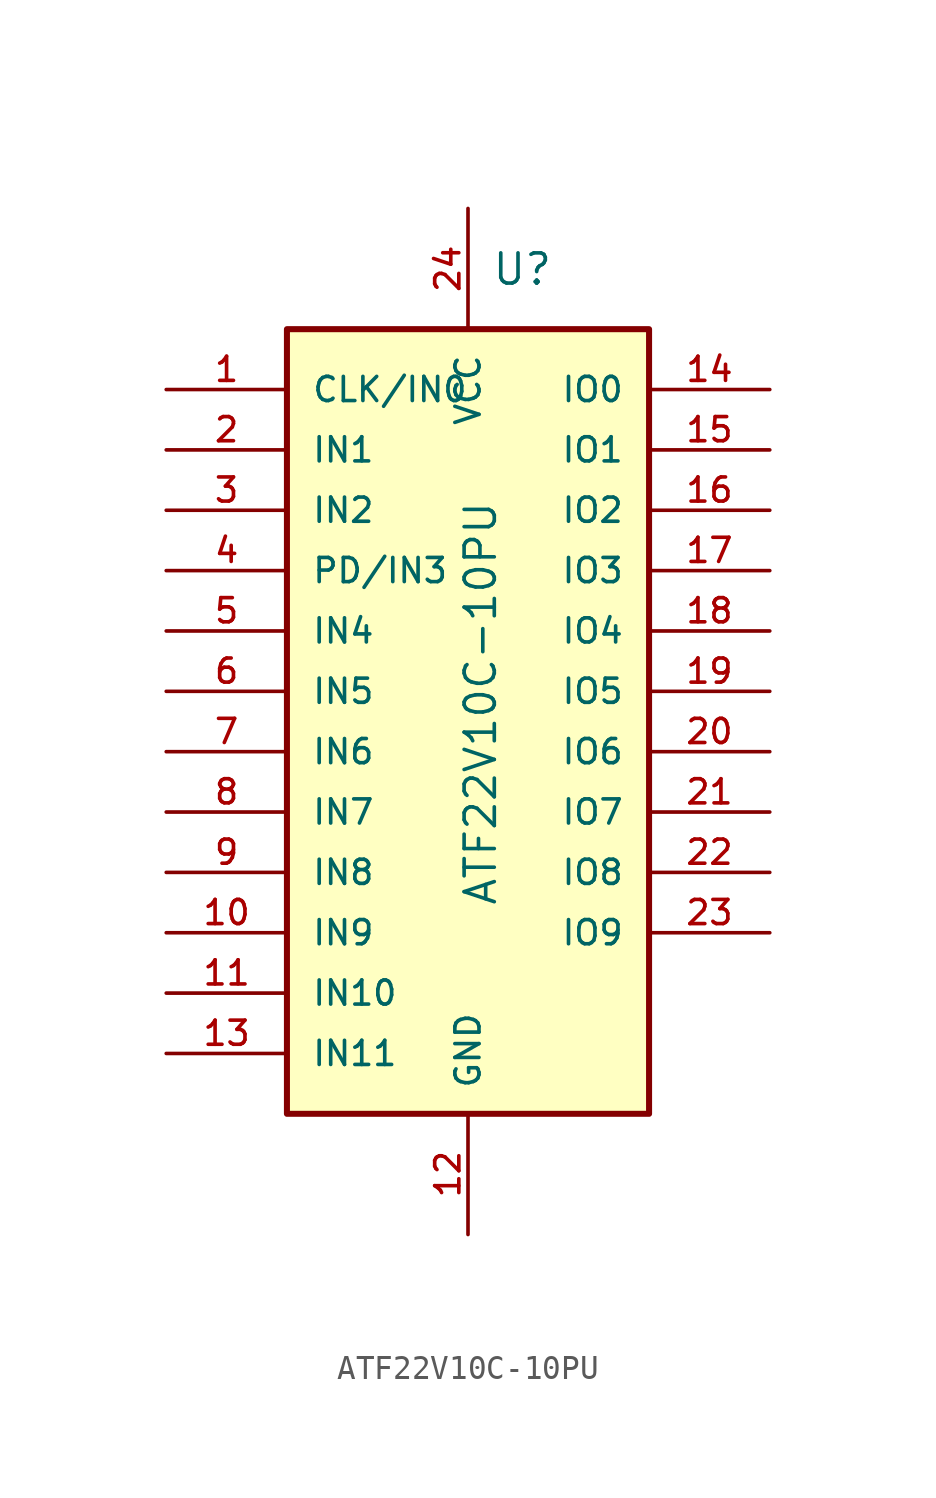
<source format=kicad_sym>
(kicad_symbol_lib
  (version 20231120)
  (generator "kicad_symbol_editor")
  (generator_version "8.0")
  (symbol "ATF22V10C-10PU"
    (pin_names
      (offset 1.016))
    (property "Reference" "U"
      (at 2.286 17.018 0)
      (effects (font (size 1.27 1.27)) (justify bottom)))
    (property "Value" "ATF22V10C-10PU"
      (at 1.27 -0.508 90)
      (effects (font (size 1.27 1.27)) (justify bottom)))
    (symbol "ATF22V10C-10PU_0_0"
      (rectangle (start -7.62 15.24) (end 7.62 -17.78) (stroke (width 0.254) (type default)) (fill (type background)))
      (pin input line (at -12.7 12.7 0) (length 5.08) (name "CLK/IN0" (effects (font (size 1.016 1.016)))) (number "1" (effects (font (size 1.016 1.016)))))
      (pin input line (at -12.7 -10.16 0) (length 5.08) (name "IN9" (effects (font (size 1.016 1.016)))) (number "10" (effects (font (size 1.016 1.016)))))
      (pin input line (at -12.7 -12.7 0) (length 5.08) (name "IN10" (effects (font (size 1.016 1.016)))) (number "11" (effects (font (size 1.016 1.016)))))
      (pin power_in line (at 0 -22.86 90) (length 5.08) (name "GND" (effects (font (size 1.016 1.016)))) (number "12" (effects (font (size 1.016 1.016)))))
      (pin input line (at -12.7 -15.24 0) (length 5.08) (name "IN11" (effects (font (size 1.016 1.016)))) (number "13" (effects (font (size 1.016 1.016)))))
      (pin bidirectional line (at 12.7 12.7 180) (length 5.08) (name "IO0" (effects (font (size 1.016 1.016)))) (number "14" (effects (font (size 1.016 1.016)))))
      (pin bidirectional line (at 12.7 10.16 180) (length 5.08) (name "IO1" (effects (font (size 1.016 1.016)))) (number "15" (effects (font (size 1.016 1.016)))))
      (pin bidirectional line (at 12.7 7.62 180) (length 5.08) (name "IO2" (effects (font (size 1.016 1.016)))) (number "16" (effects (font (size 1.016 1.016)))))
      (pin bidirectional line (at 12.7 5.08 180) (length 5.08) (name "IO3" (effects (font (size 1.016 1.016)))) (number "17" (effects (font (size 1.016 1.016)))))
      (pin bidirectional line (at 12.7 2.54 180) (length 5.08) (name "IO4" (effects (font (size 1.016 1.016)))) (number "18" (effects (font (size 1.016 1.016)))))
      (pin bidirectional line (at 12.7 0 180) (length 5.08) (name "IO5" (effects (font (size 1.016 1.016)))) (number "19" (effects (font (size 1.016 1.016)))))
      (pin input line (at -12.7 10.16 0) (length 5.08) (name "IN1" (effects (font (size 1.016 1.016)))) (number "2" (effects (font (size 1.016 1.016)))))
      (pin bidirectional line (at 12.7 -2.54 180) (length 5.08) (name "IO6" (effects (font (size 1.016 1.016)))) (number "20" (effects (font (size 1.016 1.016)))))
      (pin bidirectional line (at 12.7 -5.08 180) (length 5.08) (name "IO7" (effects (font (size 1.016 1.016)))) (number "21" (effects (font (size 1.016 1.016)))))
      (pin bidirectional line (at 12.7 -7.62 180) (length 5.08) (name "IO8" (effects (font (size 1.016 1.016)))) (number "22" (effects (font (size 1.016 1.016)))))
      (pin bidirectional line (at 12.7 -10.16 180) (length 5.08) (name "IO9" (effects (font (size 1.016 1.016)))) (number "23" (effects (font (size 1.016 1.016)))))
      (pin power_in line (at 0 20.32 270) (length 5.08) (name "VCC" (effects (font (size 1.016 1.016)))) (number "24" (effects (font (size 1.016 1.016)))))
      (pin input line (at -12.7 7.62 0) (length 5.08) (name "IN2" (effects (font (size 1.016 1.016)))) (number "3" (effects (font (size 1.016 1.016)))))
      (pin input line (at -12.7 5.08 0) (length 5.08) (name "PD/IN3" (effects (font (size 1.016 1.016)))) (number "4" (effects (font (size 1.016 1.016)))))
      (pin input line (at -12.7 2.54 0) (length 5.08) (name "IN4" (effects (font (size 1.016 1.016)))) (number "5" (effects (font (size 1.016 1.016)))))
      (pin input line (at -12.7 0 0) (length 5.08) (name "IN5" (effects (font (size 1.016 1.016)))) (number "6" (effects (font (size 1.016 1.016)))))
      (pin input line (at -12.7 -2.54 0) (length 5.08) (name "IN6" (effects (font (size 1.016 1.016)))) (number "7" (effects (font (size 1.016 1.016)))))
      (pin input line (at -12.7 -5.08 0) (length 5.08) (name "IN7" (effects (font (size 1.016 1.016)))) (number "8" (effects (font (size 1.016 1.016)))))
      (pin input line (at -12.7 -7.62 0) (length 5.08) (name "IN8" (effects (font (size 1.016 1.016)))) (number "9" (effects (font (size 1.016 1.016))))))))
</source>
